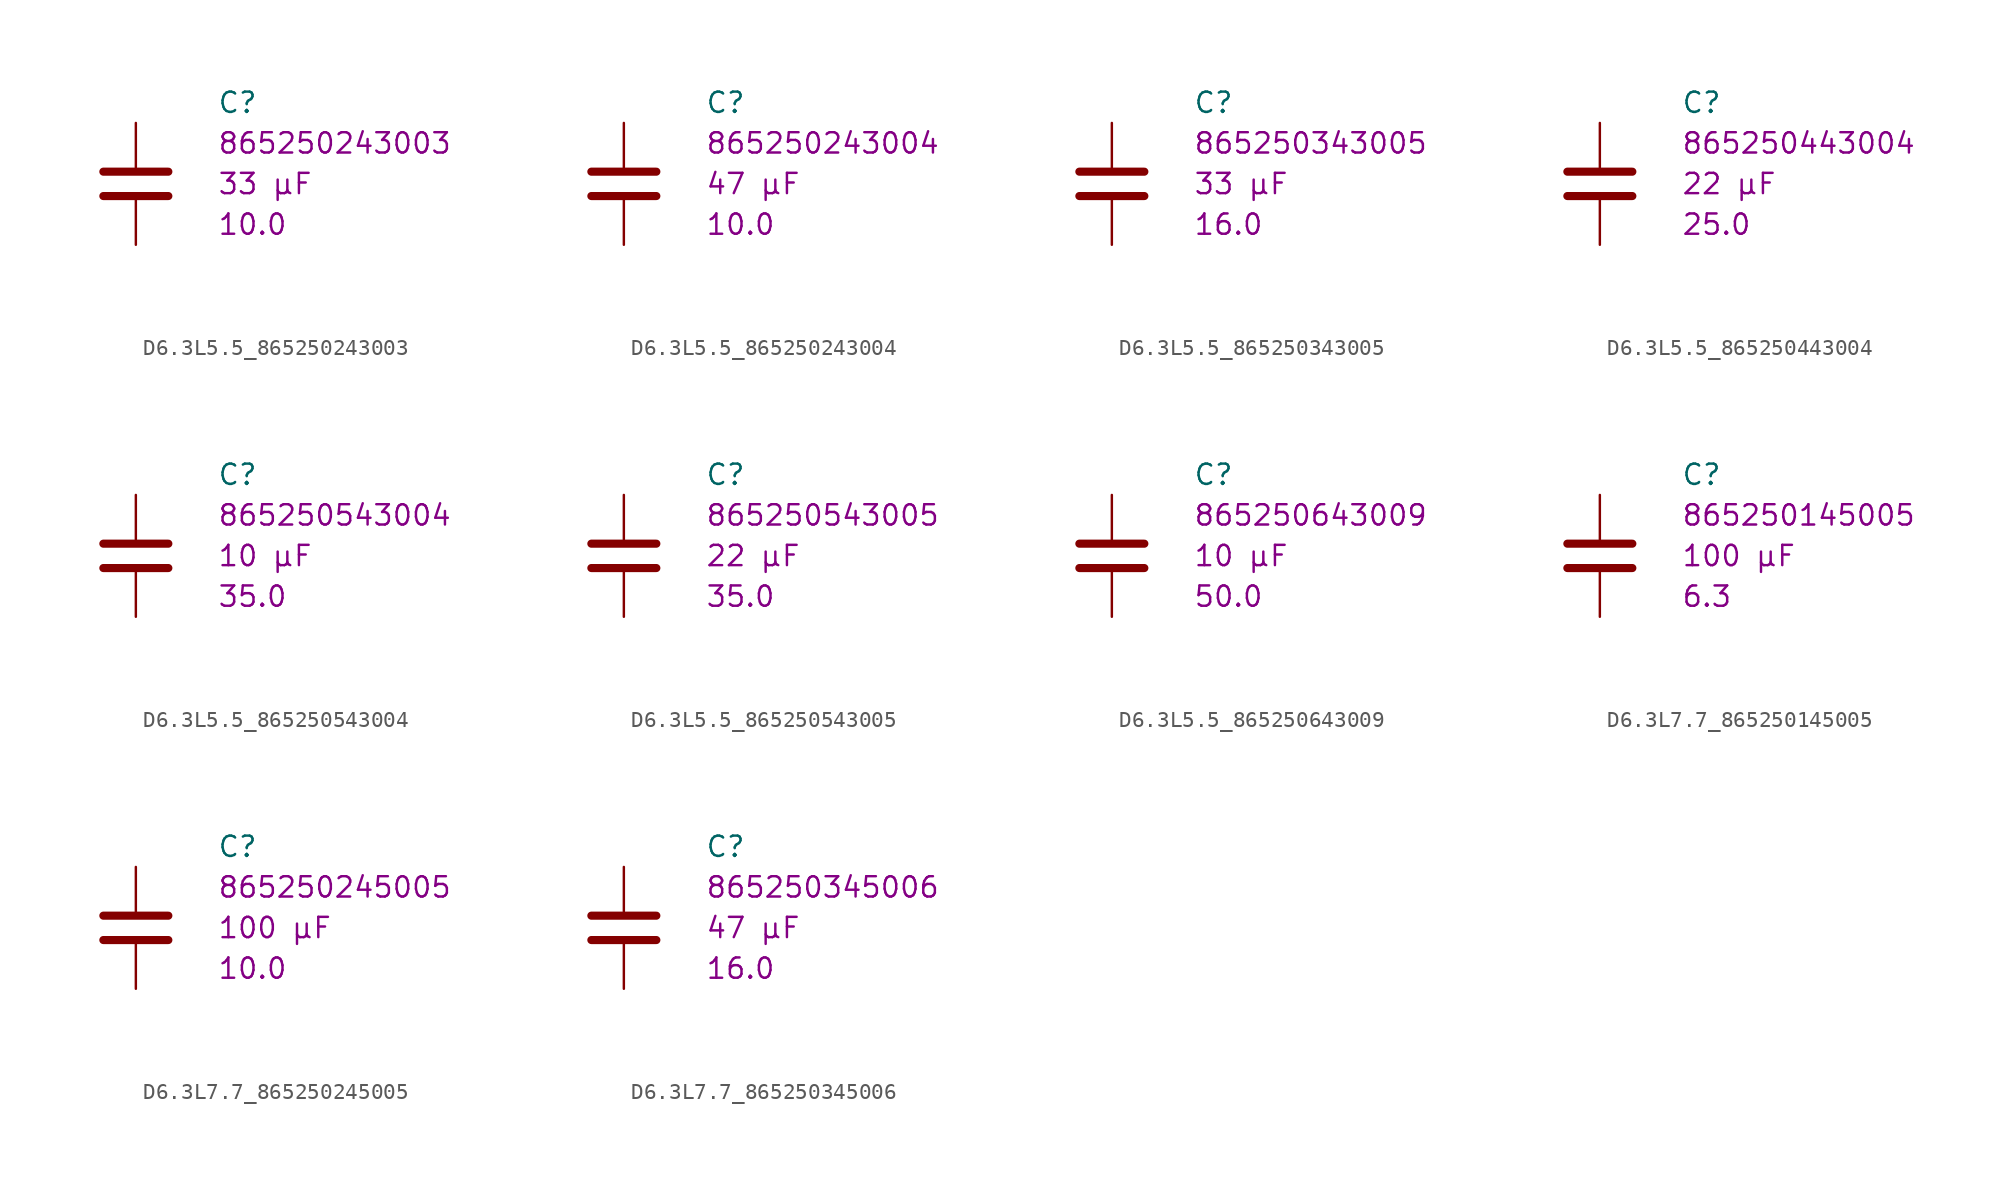
<source format=kicad_sym>
(kicad_symbol_lib
  (version 20220914)
  (generator kicad_symbol_editor)
  (symbol "D6.3L5.5_865250243003"
    (pin_numbers hide)
    (pin_names hide)
    (property "Reference" "C"
      (at 5.08 5.08 0)
      (effects (font (size 1.27 1.27)) (justify left)))
    (property "Part Number" "865250243003"
      (at 5.08 2.54 0)
      (effects (font (size 1.27 1.27)) (justify left)))
    (property "Capacitance" "33 µF"
      (at 5.08 0 0)
      (effects (font (size 1.27 1.27)) (justify left)))
    (property "Voltage" "10.0"
      (at 5.08 -2.54 0)
      (effects (font (size 1.27 1.27)) (justify left)))
    (property "Critical Parameter" ""
      (at 0 -7.62 0)
      (effects (font (size 1.27 1.27))))
    (symbol "D6.3L5.5_865250243003_0_1"
      (polyline (pts (xy -2.032 -0.762) (xy 2.032 -0.762)) (stroke (width 0.508) (type default)) (fill (type none)))
      (polyline (pts (xy -2.032 0.762) (xy 2.032 0.762)) (stroke (width 0.508) (type default)) (fill (type none))))
    (symbol "D6.3L5.5_865250243003_1_1"
      (pin passive line (at 0 3.81 270) (length 2.794) (name "1" (effects (font (size 1.27 1.27)))) (number "1" (effects (font (size 1.27 1.27)))))
      (pin passive line (at 0 -3.81 90) (length 2.794) (name "2" (effects (font (size 1.27 1.27)))) (number "2" (effects (font (size 1.27 1.27)))))))
  (symbol "D6.3L5.5_865250243004"
    (pin_numbers hide)
    (pin_names hide)
    (property "Reference" "C"
      (at 5.08 5.08 0)
      (effects (font (size 1.27 1.27)) (justify left)))
    (property "Part Number" "865250243004"
      (at 5.08 2.54 0)
      (effects (font (size 1.27 1.27)) (justify left)))
    (property "Capacitance" "47 µF"
      (at 5.08 0 0)
      (effects (font (size 1.27 1.27)) (justify left)))
    (property "Voltage" "10.0"
      (at 5.08 -2.54 0)
      (effects (font (size 1.27 1.27)) (justify left)))
    (property "Critical Parameter" ""
      (at 0 -7.62 0)
      (effects (font (size 1.27 1.27))))
    (symbol "D6.3L5.5_865250243004_0_1"
      (polyline (pts (xy -2.032 -0.762) (xy 2.032 -0.762)) (stroke (width 0.508) (type default)) (fill (type none)))
      (polyline (pts (xy -2.032 0.762) (xy 2.032 0.762)) (stroke (width 0.508) (type default)) (fill (type none))))
    (symbol "D6.3L5.5_865250243004_1_1"
      (pin passive line (at 0 3.81 270) (length 2.794) (name "1" (effects (font (size 1.27 1.27)))) (number "1" (effects (font (size 1.27 1.27)))))
      (pin passive line (at 0 -3.81 90) (length 2.794) (name "2" (effects (font (size 1.27 1.27)))) (number "2" (effects (font (size 1.27 1.27)))))))
  (symbol "D6.3L5.5_865250343005"
    (pin_numbers hide)
    (pin_names hide)
    (property "Reference" "C"
      (at 5.08 5.08 0)
      (effects (font (size 1.27 1.27)) (justify left)))
    (property "Part Number" "865250343005"
      (at 5.08 2.54 0)
      (effects (font (size 1.27 1.27)) (justify left)))
    (property "Capacitance" "33 µF"
      (at 5.08 0 0)
      (effects (font (size 1.27 1.27)) (justify left)))
    (property "Voltage" "16.0"
      (at 5.08 -2.54 0)
      (effects (font (size 1.27 1.27)) (justify left)))
    (property "Critical Parameter" ""
      (at 0 -7.62 0)
      (effects (font (size 1.27 1.27))))
    (symbol "D6.3L5.5_865250343005_0_1"
      (polyline (pts (xy -2.032 -0.762) (xy 2.032 -0.762)) (stroke (width 0.508) (type default)) (fill (type none)))
      (polyline (pts (xy -2.032 0.762) (xy 2.032 0.762)) (stroke (width 0.508) (type default)) (fill (type none))))
    (symbol "D6.3L5.5_865250343005_1_1"
      (pin passive line (at 0 3.81 270) (length 2.794) (name "1" (effects (font (size 1.27 1.27)))) (number "1" (effects (font (size 1.27 1.27)))))
      (pin passive line (at 0 -3.81 90) (length 2.794) (name "2" (effects (font (size 1.27 1.27)))) (number "2" (effects (font (size 1.27 1.27)))))))
  (symbol "D6.3L5.5_865250443004"
    (pin_numbers hide)
    (pin_names hide)
    (property "Reference" "C"
      (at 5.08 5.08 0)
      (effects (font (size 1.27 1.27)) (justify left)))
    (property "Part Number" "865250443004"
      (at 5.08 2.54 0)
      (effects (font (size 1.27 1.27)) (justify left)))
    (property "Capacitance" "22 µF"
      (at 5.08 0 0)
      (effects (font (size 1.27 1.27)) (justify left)))
    (property "Voltage" "25.0"
      (at 5.08 -2.54 0)
      (effects (font (size 1.27 1.27)) (justify left)))
    (property "Critical Parameter" ""
      (at 0 -7.62 0)
      (effects (font (size 1.27 1.27))))
    (symbol "D6.3L5.5_865250443004_0_1"
      (polyline (pts (xy -2.032 -0.762) (xy 2.032 -0.762)) (stroke (width 0.508) (type default)) (fill (type none)))
      (polyline (pts (xy -2.032 0.762) (xy 2.032 0.762)) (stroke (width 0.508) (type default)) (fill (type none))))
    (symbol "D6.3L5.5_865250443004_1_1"
      (pin passive line (at 0 3.81 270) (length 2.794) (name "1" (effects (font (size 1.27 1.27)))) (number "1" (effects (font (size 1.27 1.27)))))
      (pin passive line (at 0 -3.81 90) (length 2.794) (name "2" (effects (font (size 1.27 1.27)))) (number "2" (effects (font (size 1.27 1.27)))))))
  (symbol "D6.3L5.5_865250543004"
    (pin_numbers hide)
    (pin_names hide)
    (property "Reference" "C"
      (at 5.08 5.08 0)
      (effects (font (size 1.27 1.27)) (justify left)))
    (property "Part Number" "865250543004"
      (at 5.08 2.54 0)
      (effects (font (size 1.27 1.27)) (justify left)))
    (property "Capacitance" "10 µF"
      (at 5.08 0 0)
      (effects (font (size 1.27 1.27)) (justify left)))
    (property "Voltage" "35.0"
      (at 5.08 -2.54 0)
      (effects (font (size 1.27 1.27)) (justify left)))
    (property "Critical Parameter" ""
      (at 0 -7.62 0)
      (effects (font (size 1.27 1.27))))
    (symbol "D6.3L5.5_865250543004_0_1"
      (polyline (pts (xy -2.032 -0.762) (xy 2.032 -0.762)) (stroke (width 0.508) (type default)) (fill (type none)))
      (polyline (pts (xy -2.032 0.762) (xy 2.032 0.762)) (stroke (width 0.508) (type default)) (fill (type none))))
    (symbol "D6.3L5.5_865250543004_1_1"
      (pin passive line (at 0 3.81 270) (length 2.794) (name "1" (effects (font (size 1.27 1.27)))) (number "1" (effects (font (size 1.27 1.27)))))
      (pin passive line (at 0 -3.81 90) (length 2.794) (name "2" (effects (font (size 1.27 1.27)))) (number "2" (effects (font (size 1.27 1.27)))))))
  (symbol "D6.3L5.5_865250543005"
    (pin_numbers hide)
    (pin_names hide)
    (property "Reference" "C"
      (at 5.08 5.08 0)
      (effects (font (size 1.27 1.27)) (justify left)))
    (property "Part Number" "865250543005"
      (at 5.08 2.54 0)
      (effects (font (size 1.27 1.27)) (justify left)))
    (property "Capacitance" "22 µF"
      (at 5.08 0 0)
      (effects (font (size 1.27 1.27)) (justify left)))
    (property "Voltage" "35.0"
      (at 5.08 -2.54 0)
      (effects (font (size 1.27 1.27)) (justify left)))
    (property "Critical Parameter" ""
      (at 0 -7.62 0)
      (effects (font (size 1.27 1.27))))
    (symbol "D6.3L5.5_865250543005_0_1"
      (polyline (pts (xy -2.032 -0.762) (xy 2.032 -0.762)) (stroke (width 0.508) (type default)) (fill (type none)))
      (polyline (pts (xy -2.032 0.762) (xy 2.032 0.762)) (stroke (width 0.508) (type default)) (fill (type none))))
    (symbol "D6.3L5.5_865250543005_1_1"
      (pin passive line (at 0 3.81 270) (length 2.794) (name "1" (effects (font (size 1.27 1.27)))) (number "1" (effects (font (size 1.27 1.27)))))
      (pin passive line (at 0 -3.81 90) (length 2.794) (name "2" (effects (font (size 1.27 1.27)))) (number "2" (effects (font (size 1.27 1.27)))))))
  (symbol "D6.3L5.5_865250643009"
    (pin_numbers hide)
    (pin_names hide)
    (property "Reference" "C"
      (at 5.08 5.08 0)
      (effects (font (size 1.27 1.27)) (justify left)))
    (property "Part Number" "865250643009"
      (at 5.08 2.54 0)
      (effects (font (size 1.27 1.27)) (justify left)))
    (property "Capacitance" "10 µF"
      (at 5.08 0 0)
      (effects (font (size 1.27 1.27)) (justify left)))
    (property "Voltage" "50.0"
      (at 5.08 -2.54 0)
      (effects (font (size 1.27 1.27)) (justify left)))
    (property "Critical Parameter" ""
      (at 0 -7.62 0)
      (effects (font (size 1.27 1.27))))
    (symbol "D6.3L5.5_865250643009_0_1"
      (polyline (pts (xy -2.032 -0.762) (xy 2.032 -0.762)) (stroke (width 0.508) (type default)) (fill (type none)))
      (polyline (pts (xy -2.032 0.762) (xy 2.032 0.762)) (stroke (width 0.508) (type default)) (fill (type none))))
    (symbol "D6.3L5.5_865250643009_1_1"
      (pin passive line (at 0 3.81 270) (length 2.794) (name "1" (effects (font (size 1.27 1.27)))) (number "1" (effects (font (size 1.27 1.27)))))
      (pin passive line (at 0 -3.81 90) (length 2.794) (name "2" (effects (font (size 1.27 1.27)))) (number "2" (effects (font (size 1.27 1.27)))))))
  (symbol "D6.3L7.7_865250145005"
    (pin_numbers hide)
    (pin_names hide)
    (property "Reference" "C"
      (at 5.08 5.08 0)
      (effects (font (size 1.27 1.27)) (justify left)))
    (property "Part Number" "865250145005"
      (at 5.08 2.54 0)
      (effects (font (size 1.27 1.27)) (justify left)))
    (property "Capacitance" "100 µF"
      (at 5.08 0 0)
      (effects (font (size 1.27 1.27)) (justify left)))
    (property "Voltage" "6.3"
      (at 5.08 -2.54 0)
      (effects (font (size 1.27 1.27)) (justify left)))
    (property "Critical Parameter" ""
      (at 0 -7.62 0)
      (effects (font (size 1.27 1.27))))
    (symbol "D6.3L7.7_865250145005_0_1"
      (polyline (pts (xy -2.032 -0.762) (xy 2.032 -0.762)) (stroke (width 0.508) (type default)) (fill (type none)))
      (polyline (pts (xy -2.032 0.762) (xy 2.032 0.762)) (stroke (width 0.508) (type default)) (fill (type none))))
    (symbol "D6.3L7.7_865250145005_1_1"
      (pin passive line (at 0 3.81 270) (length 2.794) (name "1" (effects (font (size 1.27 1.27)))) (number "1" (effects (font (size 1.27 1.27)))))
      (pin passive line (at 0 -3.81 90) (length 2.794) (name "2" (effects (font (size 1.27 1.27)))) (number "2" (effects (font (size 1.27 1.27)))))))
  (symbol "D6.3L7.7_865250245005"
    (pin_numbers hide)
    (pin_names hide)
    (property "Reference" "C"
      (at 5.08 5.08 0)
      (effects (font (size 1.27 1.27)) (justify left)))
    (property "Part Number" "865250245005"
      (at 5.08 2.54 0)
      (effects (font (size 1.27 1.27)) (justify left)))
    (property "Capacitance" "100 µF"
      (at 5.08 0 0)
      (effects (font (size 1.27 1.27)) (justify left)))
    (property "Voltage" "10.0"
      (at 5.08 -2.54 0)
      (effects (font (size 1.27 1.27)) (justify left)))
    (property "Critical Parameter" ""
      (at 0 -7.62 0)
      (effects (font (size 1.27 1.27))))
    (symbol "D6.3L7.7_865250245005_0_1"
      (polyline (pts (xy -2.032 -0.762) (xy 2.032 -0.762)) (stroke (width 0.508) (type default)) (fill (type none)))
      (polyline (pts (xy -2.032 0.762) (xy 2.032 0.762)) (stroke (width 0.508) (type default)) (fill (type none))))
    (symbol "D6.3L7.7_865250245005_1_1"
      (pin passive line (at 0 3.81 270) (length 2.794) (name "1" (effects (font (size 1.27 1.27)))) (number "1" (effects (font (size 1.27 1.27)))))
      (pin passive line (at 0 -3.81 90) (length 2.794) (name "2" (effects (font (size 1.27 1.27)))) (number "2" (effects (font (size 1.27 1.27)))))))
  (symbol "D6.3L7.7_865250345006"
    (pin_numbers hide)
    (pin_names hide)
    (property "Reference" "C"
      (at 5.08 5.08 0)
      (effects (font (size 1.27 1.27)) (justify left)))
    (property "Part Number" "865250345006"
      (at 5.08 2.54 0)
      (effects (font (size 1.27 1.27)) (justify left)))
    (property "Capacitance" "47 µF"
      (at 5.08 0 0)
      (effects (font (size 1.27 1.27)) (justify left)))
    (property "Voltage" "16.0"
      (at 5.08 -2.54 0)
      (effects (font (size 1.27 1.27)) (justify left)))
    (property "Critical Parameter" ""
      (at 0 -7.62 0)
      (effects (font (size 1.27 1.27))))
    (symbol "D6.3L7.7_865250345006_0_1"
      (polyline (pts (xy -2.032 -0.762) (xy 2.032 -0.762)) (stroke (width 0.508) (type default)) (fill (type none)))
      (polyline (pts (xy -2.032 0.762) (xy 2.032 0.762)) (stroke (width 0.508) (type default)) (fill (type none))))
    (symbol "D6.3L7.7_865250345006_1_1"
      (pin passive line (at 0 3.81 270) (length 2.794) (name "1" (effects (font (size 1.27 1.27)))) (number "1" (effects (font (size 1.27 1.27)))))
      (pin passive line (at 0 -3.81 90) (length 2.794) (name "2" (effects (font (size 1.27 1.27)))) (number "2" (effects (font (size 1.27 1.27))))))))
</source>
